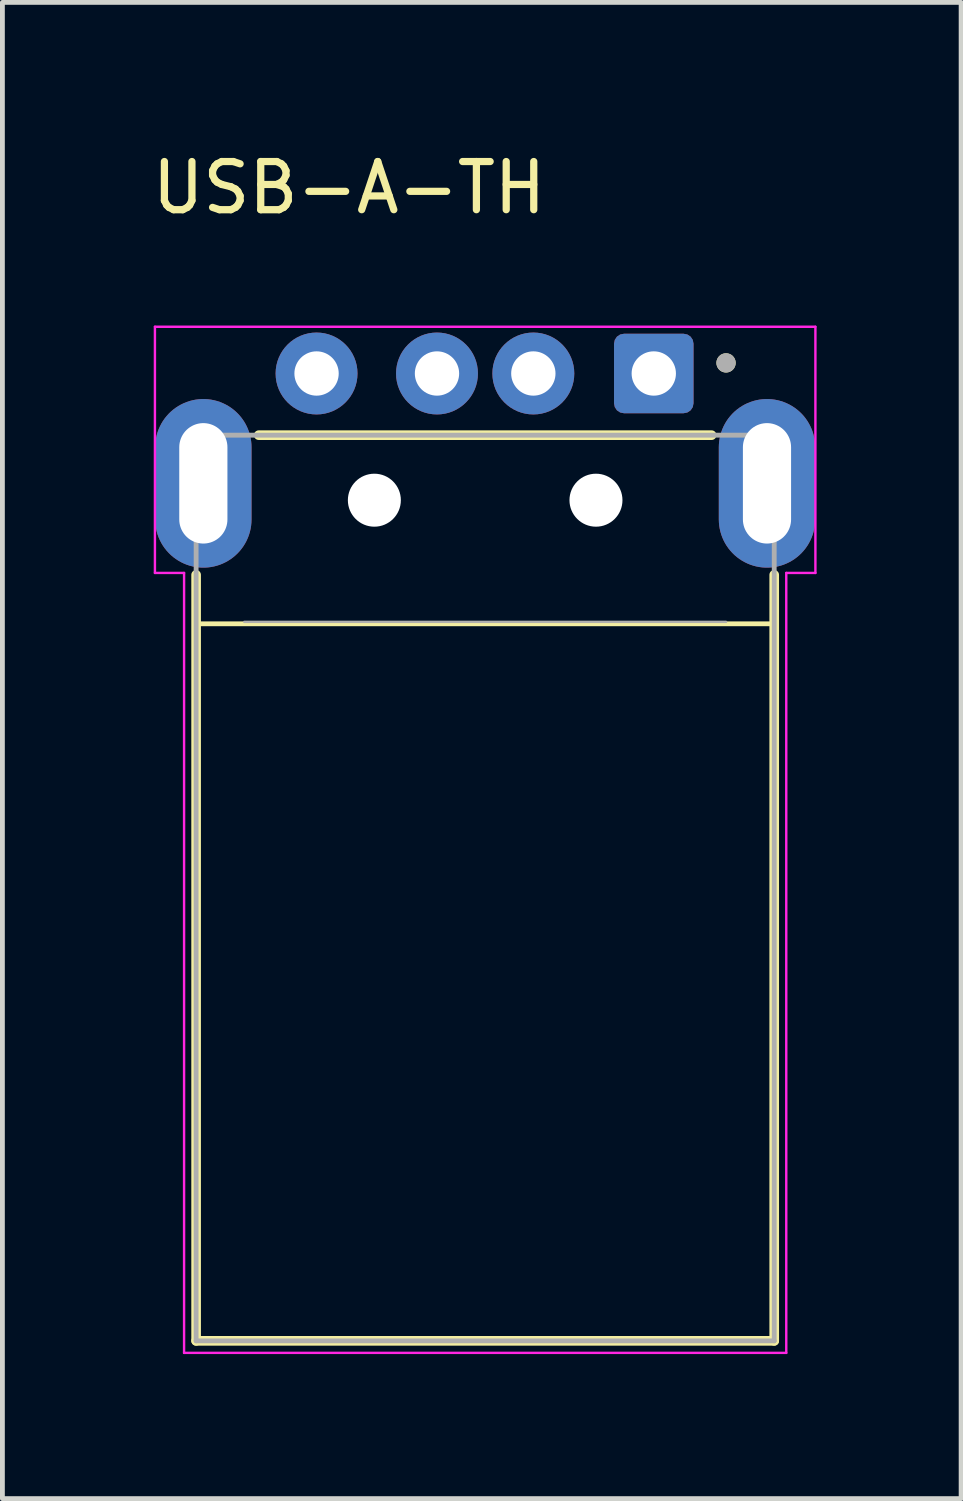
<source format=kicad_pcb>
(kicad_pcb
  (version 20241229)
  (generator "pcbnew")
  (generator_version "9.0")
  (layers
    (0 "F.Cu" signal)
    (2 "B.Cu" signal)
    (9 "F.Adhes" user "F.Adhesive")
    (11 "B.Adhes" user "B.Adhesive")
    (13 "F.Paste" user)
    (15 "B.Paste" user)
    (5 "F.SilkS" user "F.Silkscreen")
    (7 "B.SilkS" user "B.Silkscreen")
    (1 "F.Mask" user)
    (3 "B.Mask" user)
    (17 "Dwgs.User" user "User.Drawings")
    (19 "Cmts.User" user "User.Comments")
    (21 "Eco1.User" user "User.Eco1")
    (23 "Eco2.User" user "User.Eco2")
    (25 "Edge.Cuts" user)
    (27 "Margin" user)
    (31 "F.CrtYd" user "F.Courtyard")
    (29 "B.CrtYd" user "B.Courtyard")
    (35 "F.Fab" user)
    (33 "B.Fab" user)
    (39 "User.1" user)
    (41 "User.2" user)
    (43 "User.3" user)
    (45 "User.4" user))
  (footprint "USB-A-TH"
    (layer "F.Cu")
    (at 7.021 6.983)
    (property "Reference" "USB-A-TH" (at -2.825 -6.135 0) (layer "F.SilkS") (effects (font (size 1 1) (thickness 0.15))))
    (attr through_hole)
    (fp_line (start -6 2.916) (end 6 2.916) (stroke (width 0.1) (type solid)) (layer "F.SilkS"))
    (fp_line (start -6 17.8) (end -6 1.9) (stroke (width 0.2) (type solid)) (layer "F.SilkS"))
    (fp_line (start -4.7 -1) (end 4.7 -1) (stroke (width 0.2) (type solid)) (layer "F.SilkS"))
    (fp_line (start 6 1.9) (end 6 17.8) (stroke (width 0.2) (type solid)) (layer "F.SilkS"))
    (fp_line (start 6 17.8) (end -6 17.8) (stroke (width 0.2) (type solid)) (layer "F.SilkS"))
    (fp_circle (center 5 -2.5) (end 5.1 -2.5) (stroke (width 0.2) (type solid)) (fill no) (layer "F.SilkS"))
    (fp_line (start -6.855 -3.25) (end 6.855 -3.25) (stroke (width 0.05) (type solid)) (layer "F.CrtYd"))
    (fp_line (start -6.855 1.86) (end -6.855 -3.25) (stroke (width 0.05) (type solid)) (layer "F.CrtYd"))
    (fp_line (start -6.25 1.86) (end -6.855 1.86) (stroke (width 0.05) (type solid)) (layer "F.CrtYd"))
    (fp_line (start -6.25 18.05) (end -6.25 1.86) (stroke (width 0.05) (type solid)) (layer "F.CrtYd"))
    (fp_line (start 6.25 1.86) (end 6.25 18.05) (stroke (width 0.05) (type solid)) (layer "F.CrtYd"))
    (fp_line (start 6.25 18.05) (end -6.25 18.05) (stroke (width 0.05) (type solid)) (layer "F.CrtYd"))
    (fp_line (start 6.855 -3.25) (end 6.855 1.86) (stroke (width 0.05) (type solid)) (layer "F.CrtYd"))
    (fp_line (start 6.855 1.86) (end 6.25 1.86) (stroke (width 0.05) (type solid)) (layer "F.CrtYd"))
    (fp_line (start -6 -1) (end 6 -1) (stroke (width 0.1) (type solid)) (layer "F.Fab"))
    (fp_line (start -6 17.8) (end -6 -1) (stroke (width 0.1) (type solid)) (layer "F.Fab"))
    (fp_line (start -6 17.8) (end 6 17.8) (stroke (width 0.1) (type solid)) (layer "F.Fab"))
    (fp_line (start -5 2.876) (end 5 2.876) (stroke (width 0.05) (type solid)) (layer "F.Fab"))
    (fp_line (start 6 -1) (end 6 17.8) (stroke (width 0.1) (type solid)) (layer "F.Fab"))
    (fp_circle (center 5 -2.5) (end 5.1 -2.5) (stroke (width 0.2) (type solid)) (fill no) (layer "F.Fab"))
    (pad "" np_thru_hole circle (at -2.3 0.35) (size 1.1 1.1) (drill 1.1) (layers "*.Cu" "*.Mask"))
    (pad "" np_thru_hole circle (at 2.3 0.35) (size 1.1 1.1) (drill 1.1) (layers "*.Cu" "*.Mask"))
    (pad "1" thru_hole roundrect (at 3.5 -2.28 180) (size 1.65 1.65) (drill 0.92) (layers "*.Cu" "*.Mask") (roundrect_rratio 0.125))
    (pad "2" thru_hole circle (at 1 -2.28 180) (size 1.7 1.7) (drill 0.92) (layers "*.Cu" "*.Mask"))
    (pad "3" thru_hole circle (at -1 -2.28 180) (size 1.7 1.7) (drill 0.92) (layers "*.Cu" "*.Mask"))
    (pad "4" thru_hole circle (at -3.5 -2.28 180) (size 1.7 1.7) (drill 0.92) (layers "*.Cu" "*.Mask"))
    (pad "SH" thru_hole oval (at -5.85 0) (size 2 3.5) (drill oval 1 2.5) (layers "*.Cu" "*.Mask"))
    (pad "SH" thru_hole oval (at 5.85 0) (size 2 3.5) (drill oval 1 2.5) (layers "*.Cu" "*.Mask")))
  (gr_rect
    (start -3 -3)
    (end 16.901 28.058)
    (stroke (width 0.1) (type default))
    (fill no)
    (layer "Edge.Cuts")))
</source>
